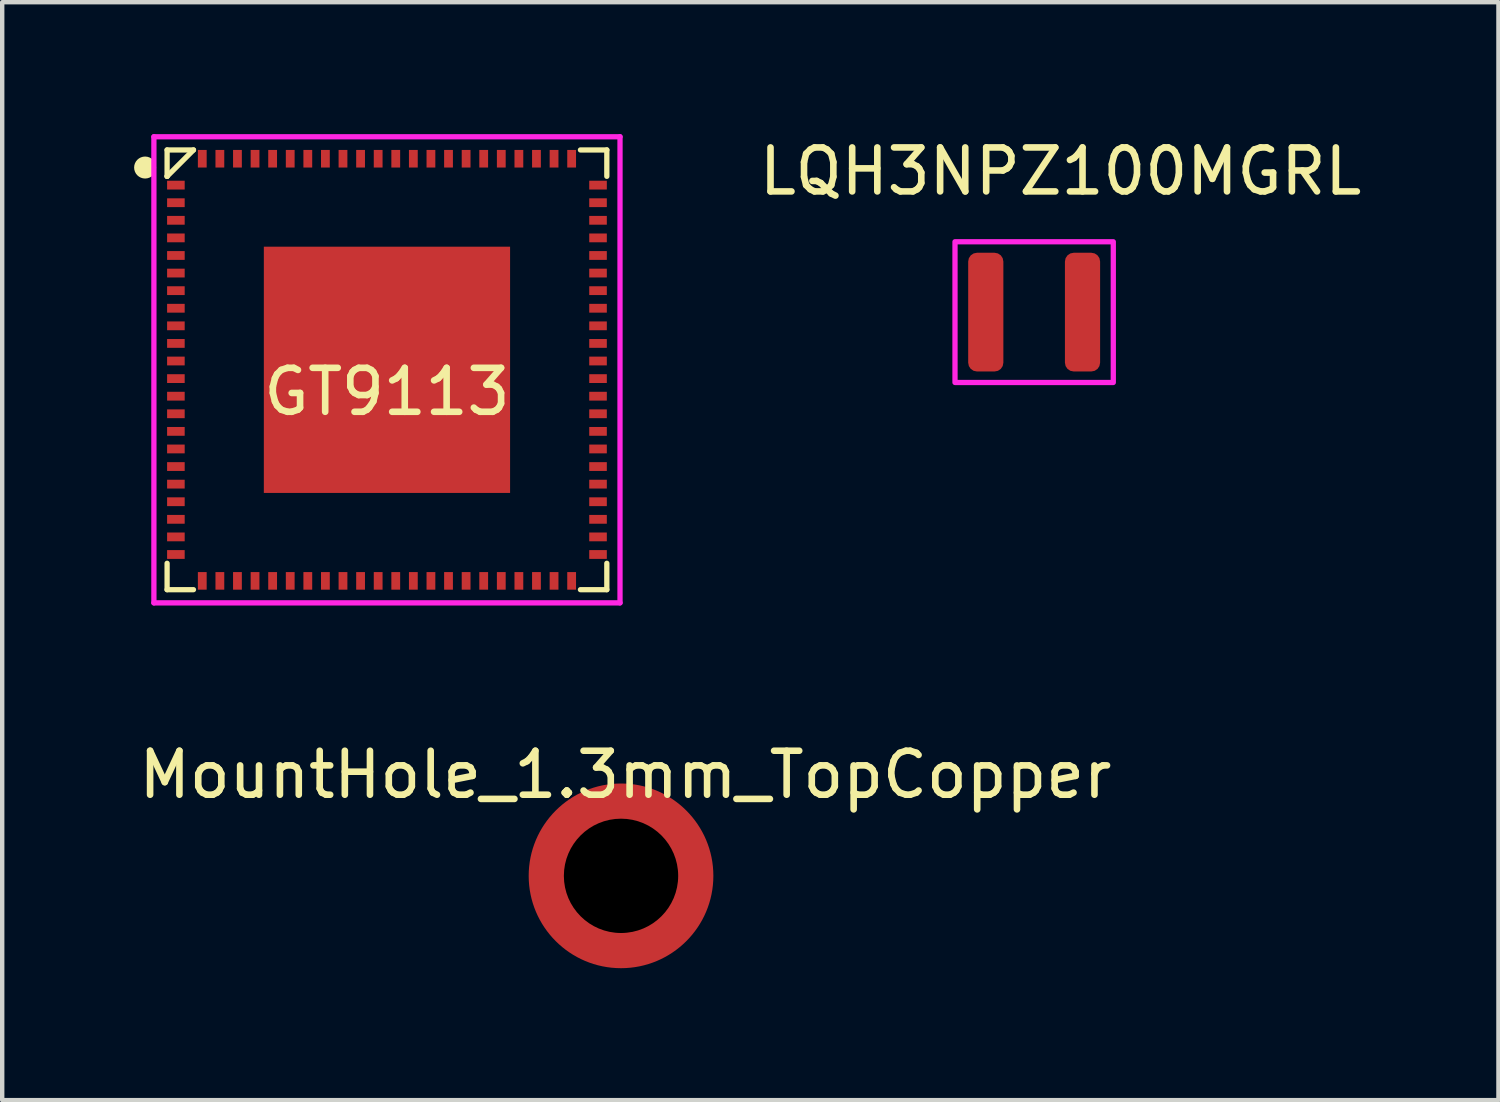
<source format=kicad_pcb>
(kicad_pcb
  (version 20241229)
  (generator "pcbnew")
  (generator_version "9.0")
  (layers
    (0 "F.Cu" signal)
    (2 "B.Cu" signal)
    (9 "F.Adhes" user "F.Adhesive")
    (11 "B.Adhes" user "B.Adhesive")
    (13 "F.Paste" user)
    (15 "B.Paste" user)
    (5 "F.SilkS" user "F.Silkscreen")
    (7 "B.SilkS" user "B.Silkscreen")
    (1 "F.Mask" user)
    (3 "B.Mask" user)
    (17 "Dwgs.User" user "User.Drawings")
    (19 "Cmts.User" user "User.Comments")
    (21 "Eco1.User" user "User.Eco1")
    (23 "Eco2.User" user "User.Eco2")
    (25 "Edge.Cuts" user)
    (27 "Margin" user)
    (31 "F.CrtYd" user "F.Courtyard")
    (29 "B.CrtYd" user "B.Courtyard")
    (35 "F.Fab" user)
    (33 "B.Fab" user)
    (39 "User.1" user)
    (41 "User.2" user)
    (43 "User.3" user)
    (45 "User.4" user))
  (footprint "GT9113"
    (layer "F.Cu")
    (at 5.75 5.36)
    (property "Reference" "GT9113" (at 0 0.5 0) (layer "F.SilkS") (effects (font (size 1 1) (thickness 0.15))))
    (attr smd)
    (fp_line (start -5 -5) (end -4.4 -5) (stroke (width 0.12) (type solid)) (layer "F.SilkS"))
    (fp_line (start -5 -4.4) (end -5 -5) (stroke (width 0.12) (type solid)) (layer "F.SilkS"))
    (fp_line (start -5 -4.4) (end -5 -4.4) (stroke (width 0.12) (type solid)) (layer "F.SilkS"))
    (fp_line (start -5 5) (end -5 4.4) (stroke (width 0.12) (type solid)) (layer "F.SilkS"))
    (fp_line (start -4.4 -5) (end -5 -4.4) (stroke (width 0.12) (type solid)) (layer "F.SilkS"))
    (fp_line (start -4.4 5) (end -5 5) (stroke (width 0.12) (type solid)) (layer "F.SilkS"))
    (fp_line (start 4.4 -5) (end 5 -5) (stroke (width 0.12) (type solid)) (layer "F.SilkS"))
    (fp_line (start 5 -5) (end 5 -4.4) (stroke (width 0.12) (type solid)) (layer "F.SilkS"))
    (fp_line (start 5 4.4) (end 5 5) (stroke (width 0.12) (type solid)) (layer "F.SilkS"))
    (fp_line (start 5 5) (end 4.4 5) (stroke (width 0.12) (type solid)) (layer "F.SilkS"))
    (fp_circle (center -5.5 -4.6) (end -5.375 -4.6) (stroke (width 0.25) (type solid)) (fill no) (layer "F.SilkS"))
    (fp_line (start -5.3 -5.3) (end 5.3 -5.3) (stroke (width 0.12) (type solid)) (layer "F.CrtYd"))
    (fp_line (start -5.3 5.3) (end -5.3 -5.3) (stroke (width 0.12) (type solid)) (layer "F.CrtYd"))
    (fp_line (start 5.3 -5.3) (end 5.3 5.3) (stroke (width 0.12) (type solid)) (layer "F.CrtYd"))
    (fp_line (start 5.3 5.3) (end -5.3 5.3) (stroke (width 0.12) (type solid)) (layer "F.CrtYd"))
    (pad "1" smd rect (at -4.8 -4.2) (size 0.4 0.2) (layers "F.Cu" "F.Mask" "F.Paste"))
    (pad "2" smd rect (at -4.8 -3.8) (size 0.4 0.2) (layers "F.Cu" "F.Mask" "F.Paste"))
    (pad "3" smd rect (at -4.8 -3.4) (size 0.4 0.2) (layers "F.Cu" "F.Mask" "F.Paste"))
    (pad "4" smd rect (at -4.8 -3) (size 0.4 0.2) (layers "F.Cu" "F.Mask" "F.Paste"))
    (pad "5" smd rect (at -4.8 -2.6) (size 0.4 0.2) (layers "F.Cu" "F.Mask" "F.Paste"))
    (pad "6" smd rect (at -4.8 -2.2) (size 0.4 0.2) (layers "F.Cu" "F.Mask" "F.Paste"))
    (pad "7" smd rect (at -4.8 -1.8) (size 0.4 0.2) (layers "F.Cu" "F.Mask" "F.Paste"))
    (pad "8" smd rect (at -4.8 -1.4) (size 0.4 0.2) (layers "F.Cu" "F.Mask" "F.Paste"))
    (pad "9" smd rect (at -4.8 -1) (size 0.4 0.2) (layers "F.Cu" "F.Mask" "F.Paste"))
    (pad "10" smd rect (at -4.8 -0.6) (size 0.4 0.2) (layers "F.Cu" "F.Mask" "F.Paste"))
    (pad "11" smd rect (at -4.8 -0.2) (size 0.4 0.2) (layers "F.Cu" "F.Mask" "F.Paste"))
    (pad "12" smd rect (at -4.8 0.2) (size 0.4 0.2) (layers "F.Cu" "F.Mask" "F.Paste"))
    (pad "13" smd rect (at -4.8 0.6) (size 0.4 0.2) (layers "F.Cu" "F.Mask" "F.Paste"))
    (pad "14" smd rect (at -4.8 1) (size 0.4 0.2) (layers "F.Cu" "F.Mask" "F.Paste"))
    (pad "15" smd rect (at -4.8 1.4) (size 0.4 0.2) (layers "F.Cu" "F.Mask" "F.Paste"))
    (pad "16" smd rect (at -4.8 1.8) (size 0.4 0.2) (layers "F.Cu" "F.Mask" "F.Paste"))
    (pad "17" smd rect (at -4.8 2.2) (size 0.4 0.2) (layers "F.Cu" "F.Mask" "F.Paste"))
    (pad "18" smd rect (at -4.8 2.6) (size 0.4 0.2) (layers "F.Cu" "F.Mask" "F.Paste"))
    (pad "19" smd rect (at -4.8 3) (size 0.4 0.2) (layers "F.Cu" "F.Mask" "F.Paste"))
    (pad "20" smd rect (at -4.8 3.4) (size 0.4 0.2) (layers "F.Cu" "F.Mask" "F.Paste"))
    (pad "21" smd rect (at -4.8 3.8) (size 0.4 0.2) (layers "F.Cu" "F.Mask" "F.Paste"))
    (pad "22" smd rect (at -4.8 4.2) (size 0.4 0.2) (layers "F.Cu" "F.Mask" "F.Paste"))
    (pad "23" smd rect (at -4.2 4.8 270) (size 0.4 0.2) (layers "F.Cu" "F.Mask" "F.Paste"))
    (pad "24" smd rect (at -3.8 4.8 270) (size 0.4 0.2) (layers "F.Cu" "F.Mask" "F.Paste"))
    (pad "25" smd rect (at -3.4 4.8 270) (size 0.4 0.2) (layers "F.Cu" "F.Mask" "F.Paste"))
    (pad "26" smd rect (at -3 4.8 270) (size 0.4 0.2) (layers "F.Cu" "F.Mask" "F.Paste"))
    (pad "27" smd rect (at -2.6 4.8 270) (size 0.4 0.2) (layers "F.Cu" "F.Mask" "F.Paste"))
    (pad "28" smd rect (at -2.2 4.8 270) (size 0.4 0.2) (layers "F.Cu" "F.Mask" "F.Paste"))
    (pad "29" smd rect (at -1.8 4.8 270) (size 0.4 0.2) (layers "F.Cu" "F.Mask" "F.Paste"))
    (pad "30" smd rect (at -1.4 4.8 270) (size 0.4 0.2) (layers "F.Cu" "F.Mask" "F.Paste"))
    (pad "31" smd rect (at -1 4.8 270) (size 0.4 0.2) (layers "F.Cu" "F.Mask" "F.Paste"))
    (pad "32" smd rect (at -0.6 4.8 270) (size 0.4 0.2) (layers "F.Cu" "F.Mask" "F.Paste"))
    (pad "33" smd rect (at -0.2 4.8 270) (size 0.4 0.2) (layers "F.Cu" "F.Mask" "F.Paste"))
    (pad "34" smd rect (at 0.2 4.8 270) (size 0.4 0.2) (layers "F.Cu" "F.Mask" "F.Paste"))
    (pad "35" smd rect (at 0.6 4.8 270) (size 0.4 0.2) (layers "F.Cu" "F.Mask" "F.Paste"))
    (pad "36" smd rect (at 1 4.8 270) (size 0.4 0.2) (layers "F.Cu" "F.Mask" "F.Paste"))
    (pad "37" smd rect (at 1.4 4.8 270) (size 0.4 0.2) (layers "F.Cu" "F.Mask" "F.Paste"))
    (pad "38" smd rect (at 1.8 4.8 270) (size 0.4 0.2) (layers "F.Cu" "F.Mask" "F.Paste"))
    (pad "39" smd rect (at 2.2 4.8 270) (size 0.4 0.2) (layers "F.Cu" "F.Mask" "F.Paste"))
    (pad "40" smd rect (at 2.6 4.8 270) (size 0.4 0.2) (layers "F.Cu" "F.Mask" "F.Paste"))
    (pad "41" smd rect (at 3 4.8 270) (size 0.4 0.2) (layers "F.Cu" "F.Mask" "F.Paste"))
    (pad "42" smd rect (at 3.4 4.8 270) (size 0.4 0.2) (layers "F.Cu" "F.Mask" "F.Paste"))
    (pad "43" smd rect (at 3.8 4.8 270) (size 0.4 0.2) (layers "F.Cu" "F.Mask" "F.Paste"))
    (pad "44" smd rect (at 4.2 4.8 270) (size 0.4 0.2) (layers "F.Cu" "F.Mask" "F.Paste"))
    (pad "45" smd rect (at 4.8 4.2 180) (size 0.4 0.2) (layers "F.Cu" "F.Mask" "F.Paste"))
    (pad "46" smd rect (at 4.8 3.8 180) (size 0.4 0.2) (layers "F.Cu" "F.Mask" "F.Paste"))
    (pad "47" smd rect (at 4.8 3.4 180) (size 0.4 0.2) (layers "F.Cu" "F.Mask" "F.Paste"))
    (pad "48" smd rect (at 4.8 3 180) (size 0.4 0.2) (layers "F.Cu" "F.Mask" "F.Paste"))
    (pad "49" smd rect (at 4.8 2.6 180) (size 0.4 0.2) (layers "F.Cu" "F.Mask" "F.Paste"))
    (pad "50" smd rect (at 4.8 2.2 180) (size 0.4 0.2) (layers "F.Cu" "F.Mask" "F.Paste"))
    (pad "51" smd rect (at 4.8 1.8 180) (size 0.4 0.2) (layers "F.Cu" "F.Mask" "F.Paste"))
    (pad "52" smd rect (at 4.8 1.4 180) (size 0.4 0.2) (layers "F.Cu" "F.Mask" "F.Paste"))
    (pad "53" smd rect (at 4.8 1 180) (size 0.4 0.2) (layers "F.Cu" "F.Mask" "F.Paste"))
    (pad "54" smd rect (at 4.8 0.6 180) (size 0.4 0.2) (layers "F.Cu" "F.Mask" "F.Paste"))
    (pad "55" smd rect (at 4.8 0.2 180) (size 0.4 0.2) (layers "F.Cu" "F.Mask" "F.Paste"))
    (pad "56" smd rect (at 4.8 -0.2 180) (size 0.4 0.2) (layers "F.Cu" "F.Mask" "F.Paste"))
    (pad "57" smd rect (at 4.8 -0.6 180) (size 0.4 0.2) (layers "F.Cu" "F.Mask" "F.Paste"))
    (pad "58" smd rect (at 4.8 -1 180) (size 0.4 0.2) (layers "F.Cu" "F.Mask" "F.Paste"))
    (pad "59" smd rect (at 4.8 -1.4 180) (size 0.4 0.2) (layers "F.Cu" "F.Mask" "F.Paste"))
    (pad "60" smd rect (at 4.8 -1.8 180) (size 0.4 0.2) (layers "F.Cu" "F.Mask" "F.Paste"))
    (pad "61" smd rect (at 4.8 -2.2 180) (size 0.4 0.2) (layers "F.Cu" "F.Mask" "F.Paste"))
    (pad "62" smd rect (at 4.8 -2.6 180) (size 0.4 0.2) (layers "F.Cu" "F.Mask" "F.Paste"))
    (pad "63" smd rect (at 4.8 -3 180) (size 0.4 0.2) (layers "F.Cu" "F.Mask" "F.Paste"))
    (pad "64" smd rect (at 4.8 -3.4 180) (size 0.4 0.2) (layers "F.Cu" "F.Mask" "F.Paste"))
    (pad "65" smd rect (at 4.8 -3.8 180) (size 0.4 0.2) (layers "F.Cu" "F.Mask" "F.Paste"))
    (pad "66" smd rect (at 4.8 -4.2 180) (size 0.4 0.2) (layers "F.Cu" "F.Mask" "F.Paste"))
    (pad "67" smd rect (at 4.2 -4.8 90) (size 0.4 0.2) (layers "F.Cu" "F.Mask" "F.Paste"))
    (pad "68" smd rect (at 3.8 -4.8 90) (size 0.4 0.2) (layers "F.Cu" "F.Mask" "F.Paste"))
    (pad "69" smd rect (at 3.4 -4.8 90) (size 0.4 0.2) (layers "F.Cu" "F.Mask" "F.Paste"))
    (pad "70" smd rect (at 3 -4.8 90) (size 0.4 0.2) (layers "F.Cu" "F.Mask" "F.Paste"))
    (pad "71" smd rect (at 2.6 -4.8 90) (size 0.4 0.2) (layers "F.Cu" "F.Mask" "F.Paste"))
    (pad "72" smd rect (at 2.2 -4.8 90) (size 0.4 0.2) (layers "F.Cu" "F.Mask" "F.Paste"))
    (pad "73" smd rect (at 1.8 -4.8 90) (size 0.4 0.2) (layers "F.Cu" "F.Mask" "F.Paste"))
    (pad "74" smd rect (at 1.4 -4.8 90) (size 0.4 0.2) (layers "F.Cu" "F.Mask" "F.Paste"))
    (pad "75" smd rect (at 1 -4.8 90) (size 0.4 0.2) (layers "F.Cu" "F.Mask" "F.Paste"))
    (pad "76" smd rect (at 0.6 -4.8 90) (size 0.4 0.2) (layers "F.Cu" "F.Mask" "F.Paste"))
    (pad "77" smd rect (at 0.2 -4.8 90) (size 0.4 0.2) (layers "F.Cu" "F.Mask" "F.Paste"))
    (pad "78" smd rect (at -0.2 -4.8 90) (size 0.4 0.2) (layers "F.Cu" "F.Mask" "F.Paste"))
    (pad "79" smd rect (at -0.6 -4.8 90) (size 0.4 0.2) (layers "F.Cu" "F.Mask" "F.Paste"))
    (pad "80" smd rect (at -1 -4.8 90) (size 0.4 0.2) (layers "F.Cu" "F.Mask" "F.Paste"))
    (pad "81" smd rect (at -1.4 -4.8 90) (size 0.4 0.2) (layers "F.Cu" "F.Mask" "F.Paste"))
    (pad "82" smd rect (at -1.8 -4.8 90) (size 0.4 0.2) (layers "F.Cu" "F.Mask" "F.Paste"))
    (pad "83" smd rect (at -2.2 -4.8 90) (size 0.4 0.2) (layers "F.Cu" "F.Mask" "F.Paste"))
    (pad "84" smd rect (at -2.6 -4.8 90) (size 0.4 0.2) (layers "F.Cu" "F.Mask" "F.Paste"))
    (pad "85" smd rect (at -3 -4.8 90) (size 0.4 0.2) (layers "F.Cu" "F.Mask" "F.Paste"))
    (pad "86" smd rect (at -3.4 -4.8 90) (size 0.4 0.2) (layers "F.Cu" "F.Mask" "F.Paste"))
    (pad "87" smd rect (at -3.8 -4.8 90) (size 0.4 0.2) (layers "F.Cu" "F.Mask" "F.Paste"))
    (pad "88" smd rect (at -4.2 -4.8 90) (size 0.4 0.2) (layers "F.Cu" "F.Mask" "F.Paste"))
    (pad "89" smd rect (at 0 0) (size 5.6 5.6) (layers "F.Cu" "F.Mask" "F.Paste")))
  (footprint "LQH3NPZ100MGRL"
    (layer "F.Cu")
    (at 20.468 4.048)
    (property "Reference" "LQH3NPZ100MGRL" (at 0.6 -3.2 0) (unlocked yes) (layer "F.SilkS") (effects (font (size 1 1) (thickness 0.15))))
    (attr smd)
    (fp_rect (start -1.8 -1.6) (end 1.8 1.6) (stroke (width 0.12) (type solid)) (fill no) (layer "F.CrtYd"))
    (pad "1" smd roundrect (at -1.1 0) (size 0.8 2.7) (layers "F.Cu" "F.Mask" "F.Paste") (roundrect_rratio 0.25))
    (pad "2" smd roundrect (at 1.1 0) (size 0.8 2.7) (layers "F.Cu" "F.Mask" "F.Paste") (roundrect_rratio 0.25)))
  (footprint "MountHole_1.3mm_TopCopper"
    (layer "F.Cu")
    (at 11.073 16.868)
    (property "Reference" "MountHole_1.3mm_TopCopper" (at 0.1 -2.3 0) (unlocked yes) (layer "F.SilkS") (effects (font (size 1 1) (thickness 0.15))))
    (attr through_hole)
    (pad "" np_thru_hole circle (at 0 0) (size 2.6 2.6) (drill 2.6) (layers "B.Mask"))
    (pad "1" smd circle (at 0 0) (size 4.2 4.2) (layers "F.Cu" "F.Mask")))
  (gr_rect
    (start -3 -3)
    (end 31.027 21.968)
    (stroke (width 0.1) (type default))
    (fill no)
    (layer "Edge.Cuts")))
</source>
